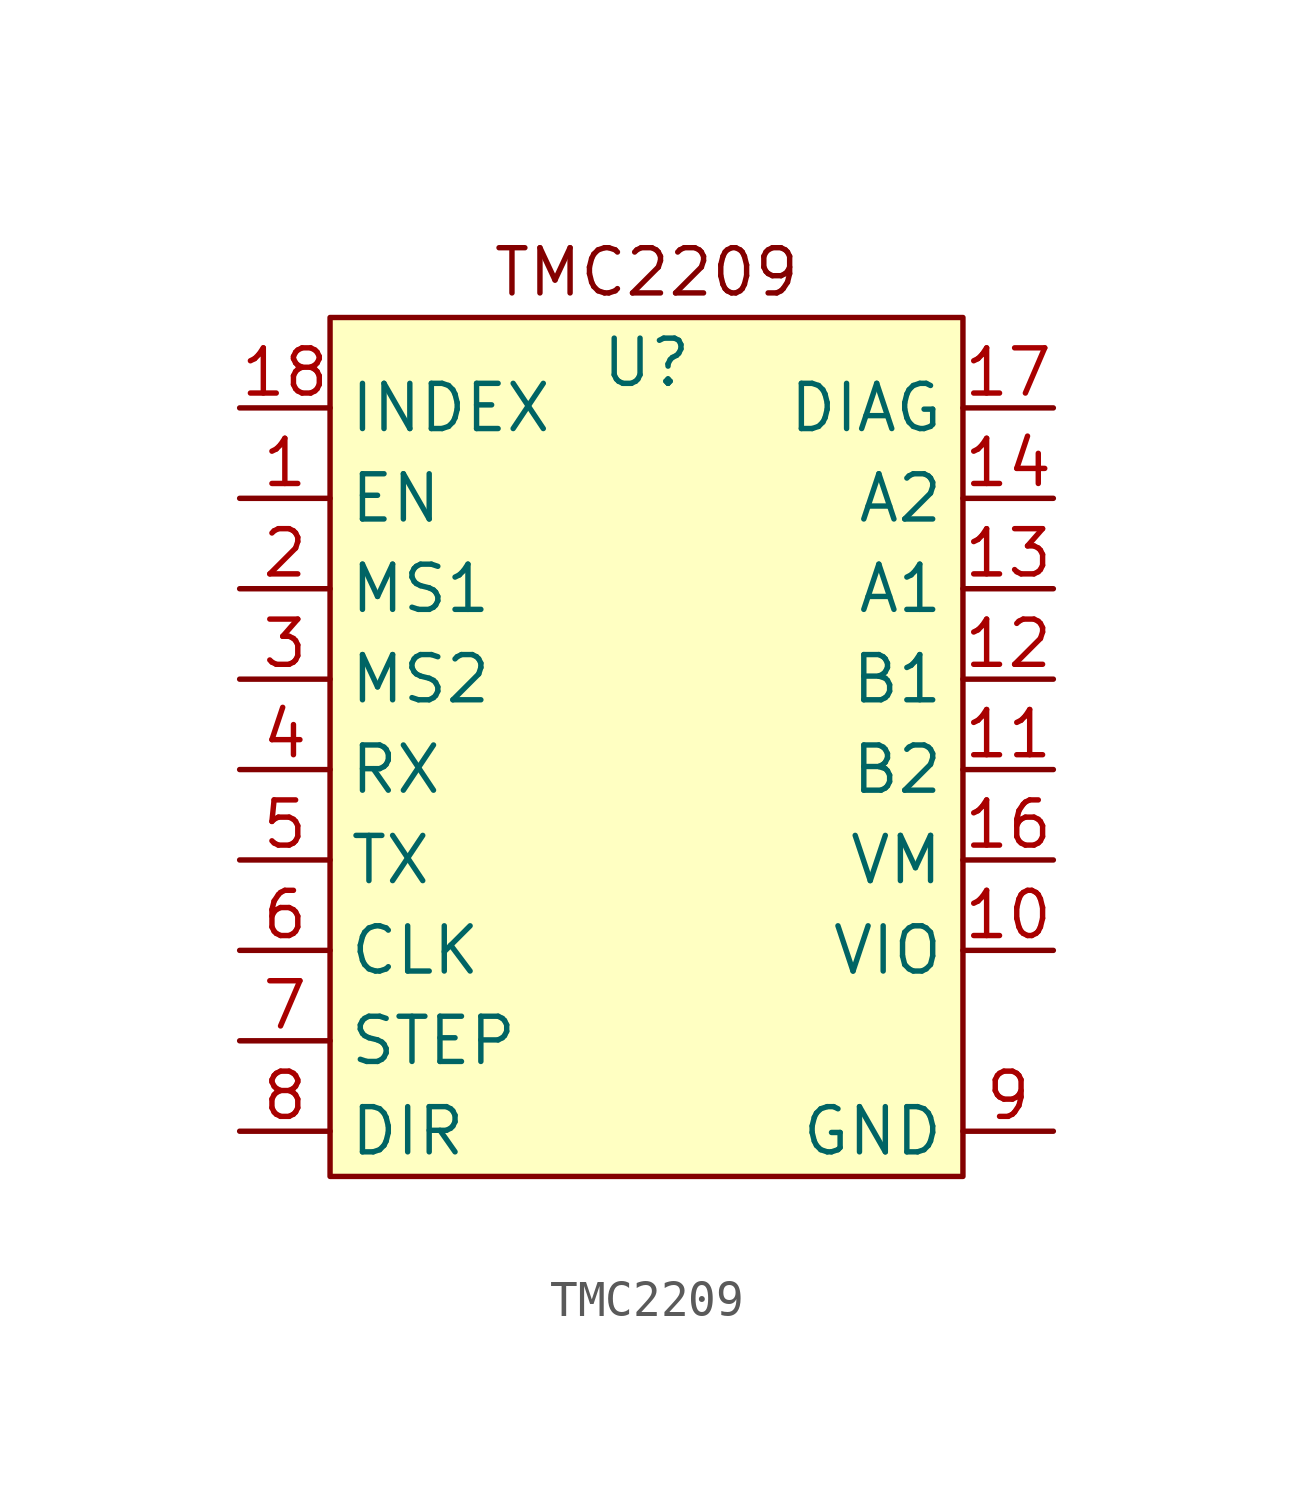
<source format=kicad_sym>
(kicad_symbol_lib
  (version 20220914)
  (generator kicad_symbol_editor)
  (symbol "TMC2209"
    (property "Reference" "U"
      (at 8.89 -1.27 0)
      (effects (font (size 1.27 1.27))))
    (property "Value" ""
      (at -1.27 -3.81 0)
      (effects (font (size 1.27 1.27))))
    (symbol "TMC2209_0_1"
      (rectangle (start 0 0) (end 17.78 -24.13) (stroke (width 0) (type default)) (fill (type background)))
      (text "TMC2209" (at 8.89 1.27 0) (effects (font (size 1.27 1.27)))))
    (symbol "TMC2209_1_1"
      (pin input line (at -2.54 -5.08 0) (length 2.54) (name "EN" (effects (font (size 1.27 1.27)))) (number "1" (effects (font (size 1.27 1.27)))))
      (pin power_in line (at 20.32 -17.78 180) (length 2.54) (name "VIO" (effects (font (size 1.27 1.27)))) (number "10" (effects (font (size 1.27 1.27)))))
      (pin output line (at 20.32 -12.7 180) (length 2.54) (name "B2" (effects (font (size 1.27 1.27)))) (number "11" (effects (font (size 1.27 1.27)))))
      (pin output line (at 20.32 -10.16 180) (length 2.54) (name "B1" (effects (font (size 1.27 1.27)))) (number "12" (effects (font (size 1.27 1.27)))))
      (pin output line (at 20.32 -7.62 180) (length 2.54) (name "A1" (effects (font (size 1.27 1.27)))) (number "13" (effects (font (size 1.27 1.27)))))
      (pin output line (at 20.32 -5.08 180) (length 2.54) (name "A2" (effects (font (size 1.27 1.27)))) (number "14" (effects (font (size 1.27 1.27)))))
      (pin power_in line (at 20.32 -22.86 180) (length 2.54) hide (name "GND" (effects (font (size 1.27 1.27)))) (number "15" (effects (font (size 1.27 1.27)))))
      (pin power_in line (at 20.32 -15.24 180) (length 2.54) (name "VM" (effects (font (size 1.27 1.27)))) (number "16" (effects (font (size 1.27 1.27)))))
      (pin output line (at 20.32 -2.54 180) (length 2.54) (name "DIAG" (effects (font (size 1.27 1.27)))) (number "17" (effects (font (size 1.27 1.27)))))
      (pin output line (at -2.54 -2.54 0) (length 2.54) (name "INDEX" (effects (font (size 1.27 1.27)))) (number "18" (effects (font (size 1.27 1.27)))))
      (pin input line (at -2.54 -7.62 0) (length 2.54) (name "MS1" (effects (font (size 1.27 1.27)))) (number "2" (effects (font (size 1.27 1.27)))))
      (pin input line (at -2.54 -10.16 0) (length 2.54) (name "MS2" (effects (font (size 1.27 1.27)))) (number "3" (effects (font (size 1.27 1.27)))))
      (pin input line (at -2.54 -12.7 0) (length 2.54) (name "RX" (effects (font (size 1.27 1.27)))) (number "4" (effects (font (size 1.27 1.27)))))
      (pin output line (at -2.54 -15.24 0) (length 2.54) (name "TX" (effects (font (size 1.27 1.27)))) (number "5" (effects (font (size 1.27 1.27)))))
      (pin input line (at -2.54 -17.78 0) (length 2.54) (name "CLK" (effects (font (size 1.27 1.27)))) (number "6" (effects (font (size 1.27 1.27)))))
      (pin input line (at -2.54 -20.32 0) (length 2.54) (name "STEP" (effects (font (size 1.27 1.27)))) (number "7" (effects (font (size 1.27 1.27)))))
      (pin input line (at -2.54 -22.86 0) (length 2.54) (name "DIR" (effects (font (size 1.27 1.27)))) (number "8" (effects (font (size 1.27 1.27)))))
      (pin power_in line (at 20.32 -22.86 180) (length 2.54) (name "GND" (effects (font (size 1.27 1.27)))) (number "9" (effects (font (size 1.27 1.27))))))))
</source>
